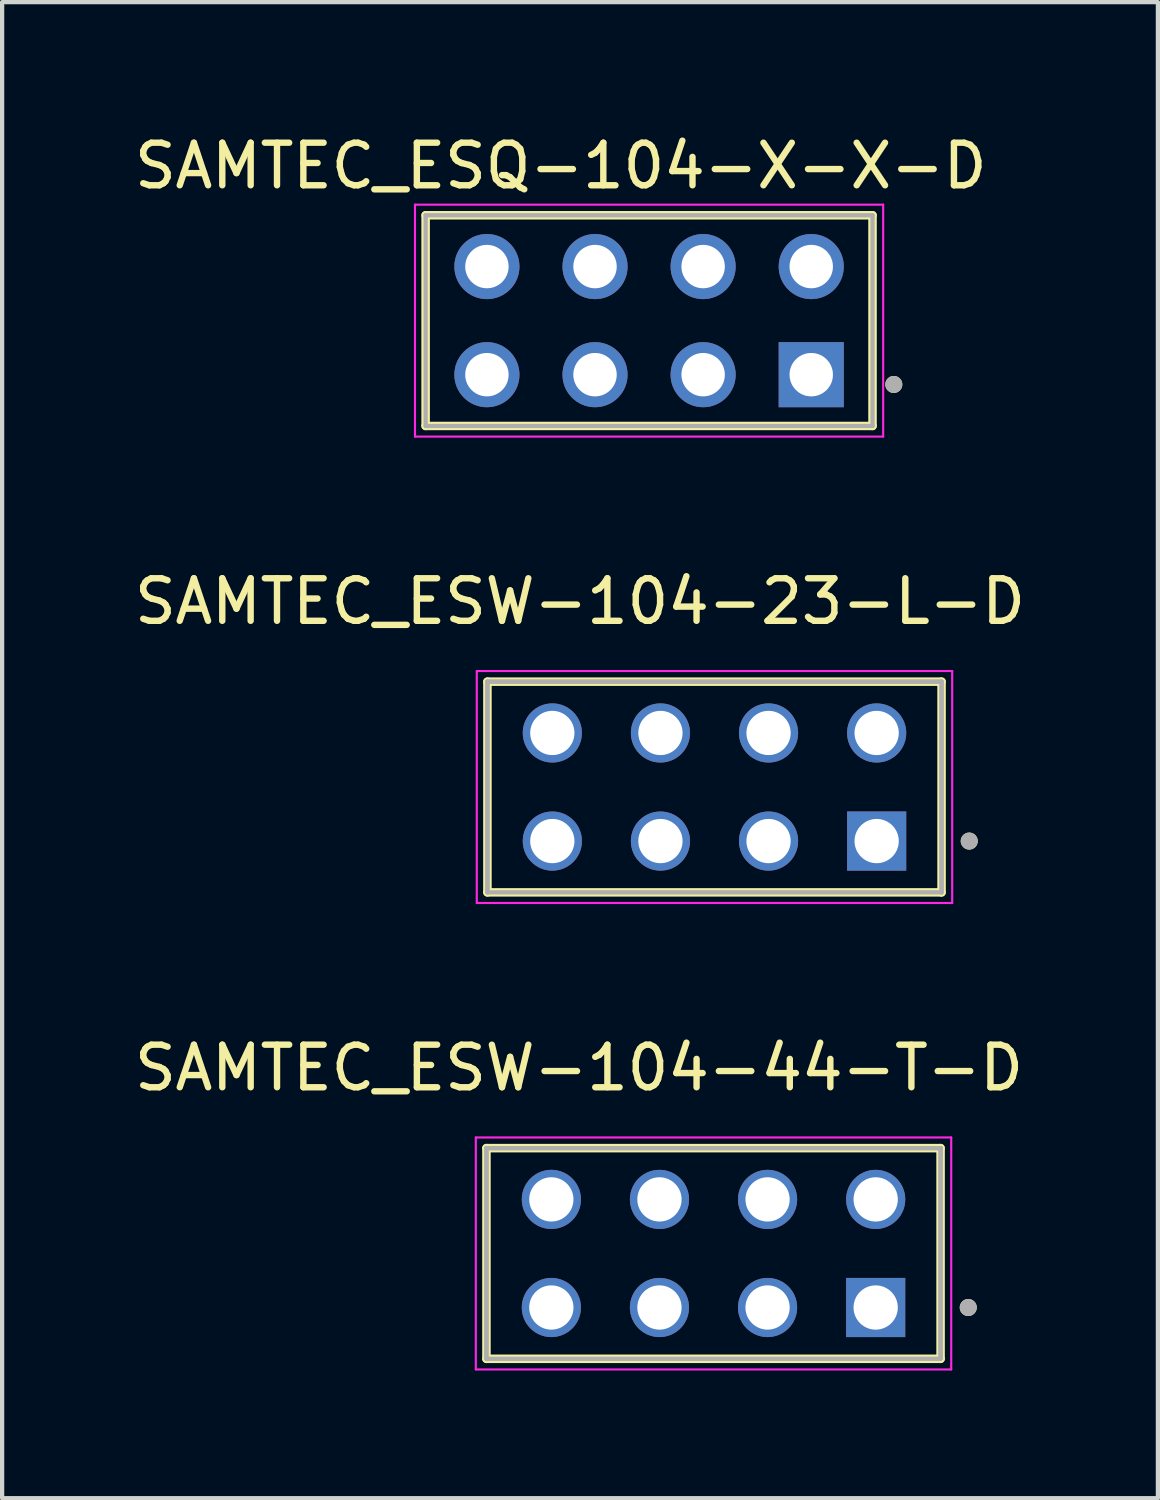
<source format=kicad_pcb>
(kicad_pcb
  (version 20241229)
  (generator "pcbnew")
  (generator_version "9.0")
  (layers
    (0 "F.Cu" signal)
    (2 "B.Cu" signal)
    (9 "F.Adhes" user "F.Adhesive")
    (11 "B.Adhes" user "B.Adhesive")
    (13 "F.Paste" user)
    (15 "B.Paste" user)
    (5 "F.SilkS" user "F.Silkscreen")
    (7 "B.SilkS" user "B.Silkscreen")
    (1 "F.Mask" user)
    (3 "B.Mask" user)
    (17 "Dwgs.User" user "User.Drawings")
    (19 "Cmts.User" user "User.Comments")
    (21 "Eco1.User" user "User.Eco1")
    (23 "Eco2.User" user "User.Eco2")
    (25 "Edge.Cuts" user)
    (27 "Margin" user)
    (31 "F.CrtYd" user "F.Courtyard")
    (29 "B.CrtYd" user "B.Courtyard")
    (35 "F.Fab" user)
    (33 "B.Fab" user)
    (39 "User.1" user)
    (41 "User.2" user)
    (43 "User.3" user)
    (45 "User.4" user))
  (footprint "SAMTEC_ESW-104-44-T-D"
    (layer "F.Cu")
    (at 13.714 26.4)
    (property "Reference" "SAMTEC_ESW-104-44-T-D" (at -3.16 -4.36 0) (layer "F.SilkS") (effects (font (size 1 1) (thickness 0.15))))
    (attr through_hole)
    (fp_line (start -5.335 2.475) (end -5.335 -2.475) (stroke (width 0.2) (type solid)) (layer "F.SilkS"))
    (fp_line (start 5.335 -2.475) (end -5.335 -2.475) (stroke (width 0.2) (type solid)) (layer "F.SilkS"))
    (fp_line (start 5.335 -2.475) (end 5.335 2.475) (stroke (width 0.2) (type solid)) (layer "F.SilkS"))
    (fp_line (start 5.335 2.475) (end -5.335 2.475) (stroke (width 0.2) (type solid)) (layer "F.SilkS"))
    (fp_circle (center 5.985 1.27) (end 6.085 1.27) (stroke (width 0.2) (type solid)) (fill no) (layer "F.SilkS"))
    (fp_line (start -5.585 -2.725) (end 5.585 -2.725) (stroke (width 0.05) (type solid)) (layer "F.CrtYd"))
    (fp_line (start -5.585 2.725) (end -5.585 -2.725) (stroke (width 0.05) (type solid)) (layer "F.CrtYd"))
    (fp_line (start 5.585 -2.725) (end 5.585 2.725) (stroke (width 0.05) (type solid)) (layer "F.CrtYd"))
    (fp_line (start 5.585 2.725) (end -5.585 2.725) (stroke (width 0.05) (type solid)) (layer "F.CrtYd"))
    (fp_line (start -5.335 -2.475) (end 5.335 -2.475) (stroke (width 0.1) (type solid)) (layer "F.Fab"))
    (fp_line (start -5.335 -2.475) (end 5.335 -2.475) (stroke (width 0.1) (type solid)) (layer "F.Fab"))
    (fp_line (start -5.335 2.475) (end -5.335 -2.475) (stroke (width 0.1) (type solid)) (layer "F.Fab"))
    (fp_line (start -5.335 2.475) (end -5.335 -2.475) (stroke (width 0.1) (type solid)) (layer "F.Fab"))
    (fp_line (start 5.335 -2.475) (end 5.335 2.475) (stroke (width 0.1) (type solid)) (layer "F.Fab"))
    (fp_line (start 5.335 -2.475) (end 5.335 2.475) (stroke (width 0.1) (type solid)) (layer "F.Fab"))
    (fp_line (start 5.335 2.475) (end -5.335 2.475) (stroke (width 0.1) (type solid)) (layer "F.Fab"))
    (fp_circle (center 5.985 1.27) (end 6.085 1.27) (stroke (width 0.2) (type solid)) (fill no) (layer "F.Fab"))
    (pad "1" thru_hole rect (at 3.81 1.27) (size 1.39 1.39) (drill 1.04) (layers "*.Cu" "*.Mask"))
    (pad "2" thru_hole circle (at 3.81 -1.27) (size 1.39 1.39) (drill 1.04) (layers "*.Cu" "*.Mask"))
    (pad "3" thru_hole circle (at 1.27 1.27) (size 1.39 1.39) (drill 1.04) (layers "*.Cu" "*.Mask"))
    (pad "4" thru_hole circle (at 1.27 -1.27) (size 1.39 1.39) (drill 1.04) (layers "*.Cu" "*.Mask"))
    (pad "5" thru_hole circle (at -1.27 1.27) (size 1.39 1.39) (drill 1.04) (layers "*.Cu" "*.Mask"))
    (pad "6" thru_hole circle (at -1.27 -1.27) (size 1.39 1.39) (drill 1.04) (layers "*.Cu" "*.Mask"))
    (pad "7" thru_hole circle (at -3.81 1.27) (size 1.39 1.39) (drill 1.04) (layers "*.Cu" "*.Mask"))
    (pad "8" thru_hole circle (at -3.81 -1.27) (size 1.39 1.39) (drill 1.04) (layers "*.Cu" "*.Mask")))
  (footprint "SAMTEC_ESW-104-23-L-D"
    (layer "F.Cu")
    (at 13.737 15.441)
    (property "Reference" "SAMTEC_ESW-104-23-L-D" (at -3.16 -4.36 0) (layer "F.SilkS") (effects (font (size 1 1) (thickness 0.15))))
    (attr through_hole)
    (fp_line (start -5.335 2.475) (end -5.335 -2.475) (stroke (width 0.2) (type solid)) (layer "F.SilkS"))
    (fp_line (start 5.335 -2.475) (end -5.335 -2.475) (stroke (width 0.2) (type solid)) (layer "F.SilkS"))
    (fp_line (start 5.335 -2.475) (end 5.335 2.475) (stroke (width 0.2) (type solid)) (layer "F.SilkS"))
    (fp_line (start 5.335 2.475) (end -5.335 2.475) (stroke (width 0.2) (type solid)) (layer "F.SilkS"))
    (fp_circle (center 5.985 1.27) (end 6.085 1.27) (stroke (width 0.2) (type solid)) (fill no) (layer "F.SilkS"))
    (fp_line (start -5.585 -2.725) (end 5.585 -2.725) (stroke (width 0.05) (type solid)) (layer "F.CrtYd"))
    (fp_line (start -5.585 2.725) (end -5.585 -2.725) (stroke (width 0.05) (type solid)) (layer "F.CrtYd"))
    (fp_line (start 5.585 -2.725) (end 5.585 2.725) (stroke (width 0.05) (type solid)) (layer "F.CrtYd"))
    (fp_line (start 5.585 2.725) (end -5.585 2.725) (stroke (width 0.05) (type solid)) (layer "F.CrtYd"))
    (fp_line (start -5.335 -2.475) (end 5.335 -2.475) (stroke (width 0.1) (type solid)) (layer "F.Fab"))
    (fp_line (start -5.335 -2.475) (end 5.335 -2.475) (stroke (width 0.1) (type solid)) (layer "F.Fab"))
    (fp_line (start -5.335 2.475) (end -5.335 -2.475) (stroke (width 0.1) (type solid)) (layer "F.Fab"))
    (fp_line (start -5.335 2.475) (end -5.335 -2.475) (stroke (width 0.1) (type solid)) (layer "F.Fab"))
    (fp_line (start 5.335 -2.475) (end 5.335 2.475) (stroke (width 0.1) (type solid)) (layer "F.Fab"))
    (fp_line (start 5.335 -2.475) (end 5.335 2.475) (stroke (width 0.1) (type solid)) (layer "F.Fab"))
    (fp_line (start 5.335 2.475) (end -5.335 2.475) (stroke (width 0.1) (type solid)) (layer "F.Fab"))
    (fp_circle (center 5.985 1.27) (end 6.085 1.27) (stroke (width 0.2) (type solid)) (fill no) (layer "F.Fab"))
    (pad "1" thru_hole rect (at 3.81 1.27) (size 1.39 1.39) (drill 1.04) (layers "*.Cu" "*.Mask"))
    (pad "2" thru_hole circle (at 3.81 -1.27) (size 1.39 1.39) (drill 1.04) (layers "*.Cu" "*.Mask"))
    (pad "3" thru_hole circle (at 1.27 1.27) (size 1.39 1.39) (drill 1.04) (layers "*.Cu" "*.Mask"))
    (pad "4" thru_hole circle (at 1.27 -1.27) (size 1.39 1.39) (drill 1.04) (layers "*.Cu" "*.Mask"))
    (pad "5" thru_hole circle (at -1.27 1.27) (size 1.39 1.39) (drill 1.04) (layers "*.Cu" "*.Mask"))
    (pad "6" thru_hole circle (at -1.27 -1.27) (size 1.39 1.39) (drill 1.04) (layers "*.Cu" "*.Mask"))
    (pad "7" thru_hole circle (at -3.81 1.27) (size 1.39 1.39) (drill 1.04) (layers "*.Cu" "*.Mask"))
    (pad "8" thru_hole circle (at -3.81 -1.27) (size 1.39 1.39) (drill 1.04) (layers "*.Cu" "*.Mask")))
  (footprint "SAMTEC_ESQ-104-X-X-D"
    (layer "F.Cu")
    (at 12.2 4.483)
    (property "Reference" "SAMTEC_ESQ-104-X-X-D" (at -2.075 -3.635 0) (layer "F.SilkS") (effects (font (size 1 1) (thickness 0.15))))
    (attr through_hole)
    (fp_line (start -5.25 -2.475) (end -5.25 2.475) (stroke (width 0.2) (type solid)) (layer "F.SilkS"))
    (fp_line (start -5.25 2.475) (end 5.25 2.475) (stroke (width 0.2) (type solid)) (layer "F.SilkS"))
    (fp_line (start 5.25 -2.475) (end -5.25 -2.475) (stroke (width 0.2) (type solid)) (layer "F.SilkS"))
    (fp_line (start 5.25 2.475) (end 5.25 -2.475) (stroke (width 0.2) (type solid)) (layer "F.SilkS"))
    (fp_circle (center 5.75 1.5) (end 5.85 1.5) (stroke (width 0.2) (type solid)) (fill no) (layer "F.SilkS"))
    (fp_line (start -5.5 -2.725) (end -5.5 2.725) (stroke (width 0.05) (type solid)) (layer "F.CrtYd"))
    (fp_line (start -5.5 2.725) (end 5.5 2.725) (stroke (width 0.05) (type solid)) (layer "F.CrtYd"))
    (fp_line (start 5.5 -2.725) (end -5.5 -2.725) (stroke (width 0.05) (type solid)) (layer "F.CrtYd"))
    (fp_line (start 5.5 2.725) (end 5.5 -2.725) (stroke (width 0.05) (type solid)) (layer "F.CrtYd"))
    (fp_line (start -5.25 -2.475) (end -5.25 2.475) (stroke (width 0.1) (type solid)) (layer "F.Fab"))
    (fp_line (start -5.25 2.475) (end 5.25 2.475) (stroke (width 0.1) (type solid)) (layer "F.Fab"))
    (fp_line (start 5.25 -2.475) (end -5.25 -2.475) (stroke (width 0.1) (type solid)) (layer "F.Fab"))
    (fp_line (start 5.25 2.475) (end 5.25 -2.475) (stroke (width 0.1) (type solid)) (layer "F.Fab"))
    (fp_circle (center 5.75 1.5) (end 5.85 1.5) (stroke (width 0.2) (type solid)) (fill no) (layer "F.Fab"))
    (pad "1" thru_hole rect (at 3.81 1.27) (size 1.53 1.53) (drill 1.02) (layers "*.Cu" "*.Mask"))
    (pad "2" thru_hole circle (at 3.81 -1.27) (size 1.53 1.53) (drill 1.02) (layers "*.Cu" "*.Mask"))
    (pad "3" thru_hole circle (at 1.27 1.27) (size 1.53 1.53) (drill 1.02) (layers "*.Cu" "*.Mask"))
    (pad "4" thru_hole circle (at 1.27 -1.27) (size 1.53 1.53) (drill 1.02) (layers "*.Cu" "*.Mask"))
    (pad "5" thru_hole circle (at -1.27 1.27) (size 1.53 1.53) (drill 1.02) (layers "*.Cu" "*.Mask"))
    (pad "6" thru_hole circle (at -1.27 -1.27) (size 1.53 1.53) (drill 1.02) (layers "*.Cu" "*.Mask"))
    (pad "7" thru_hole circle (at -3.81 1.27) (size 1.53 1.53) (drill 1.02) (layers "*.Cu" "*.Mask"))
    (pad "8" thru_hole circle (at -3.81 -1.27) (size 1.53 1.53) (drill 1.02) (layers "*.Cu" "*.Mask")))
  (gr_rect
    (start -3 -3)
    (end 24.155 32.15)
    (stroke (width 0.1) (type default))
    (fill no)
    (layer "Edge.Cuts")))
</source>
